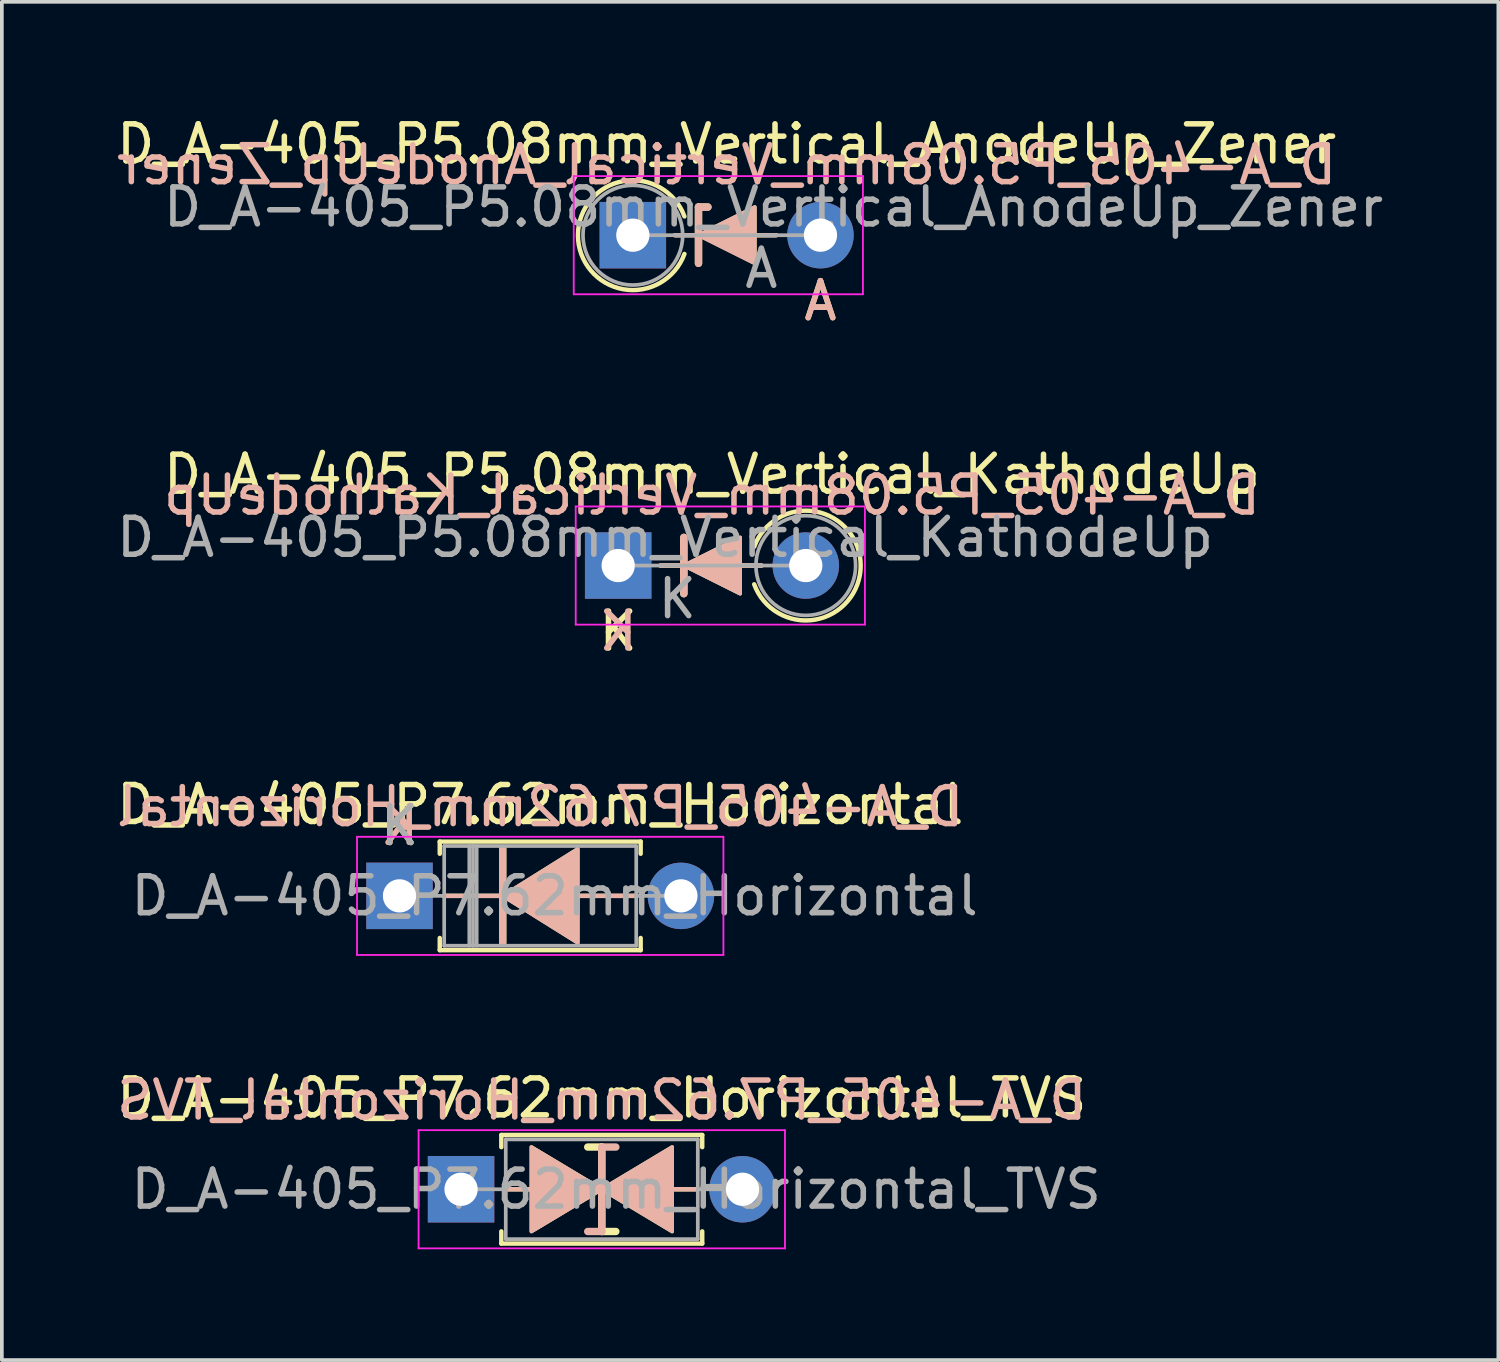
<source format=kicad_pcb>
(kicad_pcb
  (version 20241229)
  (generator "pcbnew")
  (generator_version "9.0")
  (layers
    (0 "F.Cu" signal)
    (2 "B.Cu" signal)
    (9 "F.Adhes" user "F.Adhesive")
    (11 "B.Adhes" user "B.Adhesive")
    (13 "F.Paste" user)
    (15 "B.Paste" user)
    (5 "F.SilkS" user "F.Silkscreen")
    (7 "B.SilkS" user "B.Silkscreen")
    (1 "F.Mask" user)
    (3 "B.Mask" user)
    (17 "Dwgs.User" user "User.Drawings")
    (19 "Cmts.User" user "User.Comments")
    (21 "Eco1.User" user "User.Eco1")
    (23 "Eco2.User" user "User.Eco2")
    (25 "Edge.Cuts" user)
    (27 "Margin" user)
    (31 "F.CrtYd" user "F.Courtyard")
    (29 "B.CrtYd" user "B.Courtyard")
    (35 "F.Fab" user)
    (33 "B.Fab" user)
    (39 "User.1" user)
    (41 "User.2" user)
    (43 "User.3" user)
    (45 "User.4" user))
  (footprint "D_A-405_P7.62mm_Horizontal"
    (layer "F.Cu")
    (at 7.767 21.207)
    (property "Reference" "D_A-405_P7.62mm_Horizontal" (at 3.81 -2.47 0) (layer "F.SilkS") (effects (font (size 1 1) (thickness 0.15))))
    (fp_line (start 1.09 -1.47) (end 6.53 -1.47) (stroke (width 0.12) (type solid)) (layer "F.SilkS"))
    (fp_line (start 1.09 -1.14) (end 1.09 -1.47) (stroke (width 0.12) (type solid)) (layer "F.SilkS"))
    (fp_line (start 1.09 1.14) (end 1.09 1.47) (stroke (width 0.12) (type solid)) (layer "F.SilkS"))
    (fp_line (start 1.09 1.47) (end 6.53 1.47) (stroke (width 0.12) (type solid)) (layer "F.SilkS"))
    (fp_line (start 1.2 0) (end 2.794 0) (stroke (width 0.12) (type solid)) (layer "F.SilkS"))
    (fp_line (start 2.794 -1.27) (end 2.794 1.27) (stroke (width 0.2) (type solid)) (layer "F.SilkS"))
    (fp_line (start 6.4 0) (end 4.826 0) (stroke (width 0.12) (type solid)) (layer "F.SilkS"))
    (fp_line (start 6.53 -1.47) (end 6.53 -1.14) (stroke (width 0.12) (type solid)) (layer "F.SilkS"))
    (fp_line (start 6.53 1.47) (end 6.53 1.14) (stroke (width 0.12) (type solid)) (layer "F.SilkS"))
    (fp_poly (pts (xy 4.826 1.27) (xy 2.794 0) (xy 4.826 -1.27)) (stroke (width 0.1) (type solid)) (fill yes) (layer "F.SilkS"))
    (fp_line (start 1.2 0) (end 2.794 0) (stroke (width 0.12) (type solid)) (layer "B.SilkS"))
    (fp_line (start 2.794 1.27) (end 2.794 -1.27) (stroke (width 0.2) (type solid)) (layer "B.SilkS"))
    (fp_line (start 6.4 0) (end 4.826 0) (stroke (width 0.12) (type solid)) (layer "B.SilkS"))
    (fp_poly (pts (xy 4.826 -1.27) (xy 2.794 0) (xy 4.826 1.27)) (stroke (width 0.1) (type solid)) (fill yes) (layer "B.SilkS"))
    (fp_line (start -1.15 -1.6) (end -1.15 1.6) (stroke (width 0.05) (type solid)) (layer "F.CrtYd"))
    (fp_line (start -1.15 1.6) (end 8.77 1.6) (stroke (width 0.05) (type solid)) (layer "F.CrtYd"))
    (fp_line (start 8.77 -1.6) (end -1.15 -1.6) (stroke (width 0.05) (type solid)) (layer "F.CrtYd"))
    (fp_line (start 8.77 1.6) (end 8.77 -1.6) (stroke (width 0.05) (type solid)) (layer "F.CrtYd"))
    (fp_line (start 0 0) (end 1.21 0) (stroke (width 0.1) (type solid)) (layer "F.Fab"))
    (fp_line (start 1.21 -1.35) (end 1.21 1.35) (stroke (width 0.1) (type solid)) (layer "F.Fab"))
    (fp_line (start 1.21 1.35) (end 6.41 1.35) (stroke (width 0.1) (type solid)) (layer "F.Fab"))
    (fp_line (start 1.89 -1.35) (end 1.89 1.35) (stroke (width 0.1) (type solid)) (layer "F.Fab"))
    (fp_line (start 1.99 -1.35) (end 1.99 1.35) (stroke (width 0.1) (type solid)) (layer "F.Fab"))
    (fp_line (start 2.09 -1.35) (end 2.09 1.35) (stroke (width 0.1) (type solid)) (layer "F.Fab"))
    (fp_line (start 6.41 -1.35) (end 1.21 -1.35) (stroke (width 0.1) (type solid)) (layer "F.Fab"))
    (fp_line (start 6.41 1.35) (end 6.41 -1.35) (stroke (width 0.1) (type solid)) (layer "F.Fab"))
    (fp_line (start 7.62 0) (end 6.41 0) (stroke (width 0.1) (type solid)) (layer "F.Fab"))
    (fp_text user "K" (at 0 -1.9 0) (layer "F.SilkS") (effects (font (size 1 1) (thickness 0.15))))
    (fp_text user "K" (at 0 -1.905 0) (layer "B.SilkS") (effects (font (size 1 1) (thickness 0.15)) (justify mirror)))
    (fp_text user "${REFERENCE}" (at 3.81 -2.413 0) (layer "B.SilkS") (effects (font (size 1 1) (thickness 0.15)) (justify mirror)))
    (fp_text user "K" (at 0 -1.9 0) (layer "F.Fab") (effects (font (size 1 1) (thickness 0.15))))
    (fp_text user "${REFERENCE}" (at 4.2 0 0) (layer "F.Fab") (effects (font (size 1 1) (thickness 0.15))))
    (pad "1" thru_hole rect (at 0 0) (size 1.8 1.8) (drill 0.9) (layers "*.Cu" "*.Mask"))
    (pad "2" thru_hole oval (at 7.62 0) (size 1.8 1.8) (drill 0.9) (layers "*.Cu" "*.Mask")))
  (footprint "D_A-405_P5.08mm_Vertical_AnodeUp_Zener"
    (layer "F.Cu")
    (at 14.085 3.318)
    (property "Reference" "D_A-405_P5.08mm_Vertical_AnodeUp_Zener" (at 2.54 -2.47 0) (layer "F.SilkS") (effects (font (size 1 1) (thickness 0.15))))
    (fp_line (start 1.143 0) (end 3.88 0) (stroke (width 0.12) (type solid)) (layer "F.SilkS"))
    (fp_line (start 1.778 -0.762) (end 1.778 0.762) (stroke (width 0.2) (type solid)) (layer "F.SilkS"))
    (fp_line (start 1.778 -0.762) (end 2.032 -0.762) (stroke (width 0.2) (type solid)) (layer "F.SilkS"))
    (fp_arc (start 1.396999 0.508) (mid -1.486496 0.000001) (end 1.396999 -0.507999) (stroke (width 0.12) (type solid)) (layer "F.SilkS"))
    (fp_poly (pts (xy 3.302 0.762) (xy 1.778 0) (xy 3.302 -0.762)) (stroke (width 0.1) (type solid)) (fill yes) (layer "F.SilkS"))
    (fp_line (start 1.143 0) (end 3.88 0) (stroke (width 0.12) (type solid)) (layer "B.SilkS"))
    (fp_line (start 1.778 -0.762) (end 2.032 -0.762) (stroke (width 0.2) (type solid)) (layer "B.SilkS"))
    (fp_line (start 1.778 0.762) (end 1.778 -0.762) (stroke (width 0.2) (type solid)) (layer "B.SilkS"))
    (fp_poly (pts (xy 3.302 -0.762) (xy 1.778 0) (xy 3.302 0.762)) (stroke (width 0.1) (type solid)) (fill yes) (layer "B.SilkS"))
    (fp_line (start -1.6 -1.6) (end -1.6 1.6) (stroke (width 0.05) (type solid)) (layer "F.CrtYd"))
    (fp_line (start -1.6 1.6) (end 6.23 1.6) (stroke (width 0.05) (type solid)) (layer "F.CrtYd"))
    (fp_line (start 6.23 -1.6) (end -1.6 -1.6) (stroke (width 0.05) (type solid)) (layer "F.CrtYd"))
    (fp_line (start 6.23 1.6) (end 6.23 -1.6) (stroke (width 0.05) (type solid)) (layer "F.CrtYd"))
    (fp_line (start 0 0) (end 5.08 0) (stroke (width 0.1) (type solid)) (layer "F.Fab"))
    (fp_circle (center 0 0) (end 1.35 0) (stroke (width 0.1) (type solid)) (fill no) (layer "F.Fab"))
    (fp_text user "A" (at 5.08 1.778 0) (layer "F.SilkS") (effects (font (size 1 1) (thickness 0.15))))
    (fp_text user "A" (at 5.08 1.778 0) (layer "B.SilkS") (effects (font (size 1 1) (thickness 0.15)) (justify mirror)))
    (fp_text user "${REFERENCE}" (at 2.54 -1.905 0) (layer "B.SilkS") (effects (font (size 1 1) (thickness 0.15)) (justify mirror)))
    (fp_text user "${REFERENCE}" (at 3.81 -0.762 0) (layer "F.Fab") (effects (font (size 1 1) (thickness 0.15))))
    (fp_text user "A" (at 3.48 0.9 0) (layer "F.Fab") (effects (font (size 1 1) (thickness 0.15))))
    (pad "1" thru_hole rect (at 0 0) (size 1.8 1.8) (drill 0.9) (layers "*.Cu" "*.Mask"))
    (pad "2" thru_hole oval (at 5.08 0) (size 1.8 1.8) (drill 0.9) (layers "*.Cu" "*.Mask")))
  (footprint "D_A-405_P5.08mm_Vertical_KathodeUp"
    (layer "F.Cu")
    (at 13.688 12.263)
    (property "Reference" "D_A-405_P5.08mm_Vertical_KathodeUp" (at 2.54 -2.47 0) (layer "F.SilkS") (effects (font (size 1 1) (thickness 0.15))))
    (fp_line (start 1.143 0) (end 3.88 0) (stroke (width 0.12) (type solid)) (layer "F.SilkS"))
    (fp_line (start 1.778 -0.762) (end 1.778 0.762) (stroke (width 0.2) (type solid)) (layer "F.SilkS"))
    (fp_arc (start 3.683 -0.507999) (mid 6.566495 0.000001) (end 3.683 0.508) (stroke (width 0.12) (type solid)) (layer "F.SilkS"))
    (fp_poly (pts (xy 3.302 0.762) (xy 1.778 0) (xy 3.302 -0.762)) (stroke (width 0.1) (type solid)) (fill yes) (layer "F.SilkS"))
    (fp_line (start 1.143 0) (end 3.88 0) (stroke (width 0.12) (type solid)) (layer "B.SilkS"))
    (fp_line (start 1.778 0.762) (end 1.778 -0.762) (stroke (width 0.2) (type solid)) (layer "B.SilkS"))
    (fp_poly (pts (xy 3.302 -0.762) (xy 1.778 0) (xy 3.302 0.762)) (stroke (width 0.1) (type solid)) (fill yes) (layer "B.SilkS"))
    (fp_line (start -1.15 -1.6) (end -1.15 1.6) (stroke (width 0.05) (type solid)) (layer "F.CrtYd"))
    (fp_line (start -1.15 1.6) (end 6.68 1.6) (stroke (width 0.05) (type solid)) (layer "F.CrtYd"))
    (fp_line (start 6.68 -1.6) (end -1.15 -1.6) (stroke (width 0.05) (type solid)) (layer "F.CrtYd"))
    (fp_line (start 6.68 1.6) (end 6.68 -1.6) (stroke (width 0.05) (type solid)) (layer "F.CrtYd"))
    (fp_line (start 0 0) (end 5.08 0) (stroke (width 0.1) (type solid)) (layer "F.Fab"))
    (fp_circle (center 5.08 0) (end 6.43 0) (stroke (width 0.1) (type solid)) (fill no) (layer "F.Fab"))
    (fp_text user "K" (at 0 1.778 0) (layer "F.SilkS") (effects (font (size 1 1) (thickness 0.15))))
    (fp_text user "${REFERENCE}" (at 2.54 -1.905 0) (layer "B.SilkS") (effects (font (size 1 1) (thickness 0.15)) (justify mirror)))
    (fp_text user "K" (at 0 1.778 0) (layer "B.SilkS") (effects (font (size 1 1) (thickness 0.15)) (justify mirror)))
    (fp_text user "K" (at 1.6 0.9 0) (layer "F.Fab") (effects (font (size 1 1) (thickness 0.15))))
    (fp_text user "${REFERENCE}" (at 1.27 -0.762 0) (layer "F.Fab") (effects (font (size 1 1) (thickness 0.15))))
    (pad "1" thru_hole rect (at 0 0) (size 1.8 1.8) (drill 0.9) (layers "*.Cu" "*.Mask"))
    (pad "2" thru_hole oval (at 5.08 0) (size 1.8 1.8) (drill 0.9) (layers "*.Cu" "*.Mask")))
  (footprint "D_A-405_P7.62mm_Horizontal_TVS"
    (layer "F.Cu")
    (at 9.434 29.151)
    (property "Reference" "D_A-405_P7.62mm_Horizontal_TVS" (at 3.81 -2.47 0) (layer "F.SilkS") (effects (font (size 1 1) (thickness 0.15))))
    (fp_line (start 1.09 -1.47) (end 6.53 -1.47) (stroke (width 0.12) (type solid)) (layer "F.SilkS"))
    (fp_line (start 1.09 -1.14) (end 1.09 -1.47) (stroke (width 0.12) (type solid)) (layer "F.SilkS"))
    (fp_line (start 1.09 1.14) (end 1.09 1.47) (stroke (width 0.12) (type solid)) (layer "F.SilkS"))
    (fp_line (start 1.09 1.47) (end 6.53 1.47) (stroke (width 0.12) (type solid)) (layer "F.SilkS"))
    (fp_line (start 1.27 0) (end 1.905 0) (stroke (width 0.12) (type solid)) (layer "F.SilkS"))
    (fp_line (start 3.81 -1.143) (end 3.429 -1.143) (stroke (width 0.2) (type solid)) (layer "F.SilkS"))
    (fp_line (start 3.81 1.143) (end 3.81 -1.143) (stroke (width 0.2) (type solid)) (layer "F.SilkS"))
    (fp_line (start 4.191 1.143) (end 3.81 1.143) (stroke (width 0.2) (type solid)) (layer "F.SilkS"))
    (fp_line (start 6.35 0) (end 5.715 0) (stroke (width 0.12) (type solid)) (layer "F.SilkS"))
    (fp_line (start 6.53 -1.47) (end 6.53 -1.14) (stroke (width 0.12) (type solid)) (layer "F.SilkS"))
    (fp_line (start 6.53 1.47) (end 6.53 1.14) (stroke (width 0.12) (type solid)) (layer "F.SilkS"))
    (fp_poly (pts (xy 3.81 0) (xy 1.905 1.143) (xy 1.905 -1.143)) (stroke (width 0.1) (type solid)) (fill yes) (layer "F.SilkS"))
    (fp_poly (pts (xy 3.81 0) (xy 5.715 -1.143) (xy 5.715 1.143)) (stroke (width 0.1) (type solid)) (fill yes) (layer "F.SilkS"))
    (fp_line (start 1.27 0) (end 1.905 0) (stroke (width 0.12) (type solid)) (layer "B.SilkS"))
    (fp_line (start 3.81 -1.143) (end 3.81 1.143) (stroke (width 0.2) (type solid)) (layer "B.SilkS"))
    (fp_line (start 3.81 1.143) (end 3.429 1.143) (stroke (width 0.2) (type solid)) (layer "B.SilkS"))
    (fp_line (start 4.191 -1.143) (end 3.81 -1.143) (stroke (width 0.2) (type solid)) (layer "B.SilkS"))
    (fp_line (start 6.35 0) (end 5.715 0) (stroke (width 0.12) (type solid)) (layer "B.SilkS"))
    (fp_poly (pts (xy 3.81 0) (xy 1.905 -1.143) (xy 1.905 1.143)) (stroke (width 0.1) (type solid)) (fill yes) (layer "B.SilkS"))
    (fp_poly (pts (xy 3.81 0) (xy 5.715 1.143) (xy 5.715 -1.143)) (stroke (width 0.1) (type solid)) (fill yes) (layer "B.SilkS"))
    (fp_line (start -1.15 -1.6) (end -1.15 1.6) (stroke (width 0.05) (type solid)) (layer "F.CrtYd"))
    (fp_line (start -1.15 1.6) (end 8.77 1.6) (stroke (width 0.05) (type solid)) (layer "F.CrtYd"))
    (fp_line (start 8.77 -1.6) (end -1.15 -1.6) (stroke (width 0.05) (type solid)) (layer "F.CrtYd"))
    (fp_line (start 8.77 1.6) (end 8.77 -1.6) (stroke (width 0.05) (type solid)) (layer "F.CrtYd"))
    (fp_line (start 0 0) (end 1.21 0) (stroke (width 0.1) (type solid)) (layer "F.Fab"))
    (fp_line (start 1.21 -1.35) (end 1.21 1.35) (stroke (width 0.1) (type solid)) (layer "F.Fab"))
    (fp_line (start 1.21 1.35) (end 6.41 1.35) (stroke (width 0.1) (type solid)) (layer "F.Fab"))
    (fp_line (start 6.41 -1.35) (end 1.21 -1.35) (stroke (width 0.1) (type solid)) (layer "F.Fab"))
    (fp_line (start 6.41 1.35) (end 6.41 -1.35) (stroke (width 0.1) (type solid)) (layer "F.Fab"))
    (fp_line (start 7.62 0) (end 6.41 0) (stroke (width 0.1) (type solid)) (layer "F.Fab"))
    (fp_text user "${REFERENCE}" (at 3.81 -2.413 0) (layer "B.SilkS") (effects (font (size 1 1) (thickness 0.15)) (justify mirror)))
    (fp_text user "${REFERENCE}" (at 4.2 0 0) (layer "F.Fab") (effects (font (size 1 1) (thickness 0.15))))
    (pad "1" thru_hole rect (at 0 0) (size 1.8 1.8) (drill 0.9) (layers "*.Cu" "*.Mask"))
    (pad "2" thru_hole oval (at 7.62 0) (size 1.8 1.8) (drill 0.9) (layers "*.Cu" "*.Mask")))
  (gr_rect
    (start -3 -3)
    (end 37.52 33.776)
    (stroke (width 0.1) (type default))
    (fill no)
    (layer "Edge.Cuts")))
</source>
